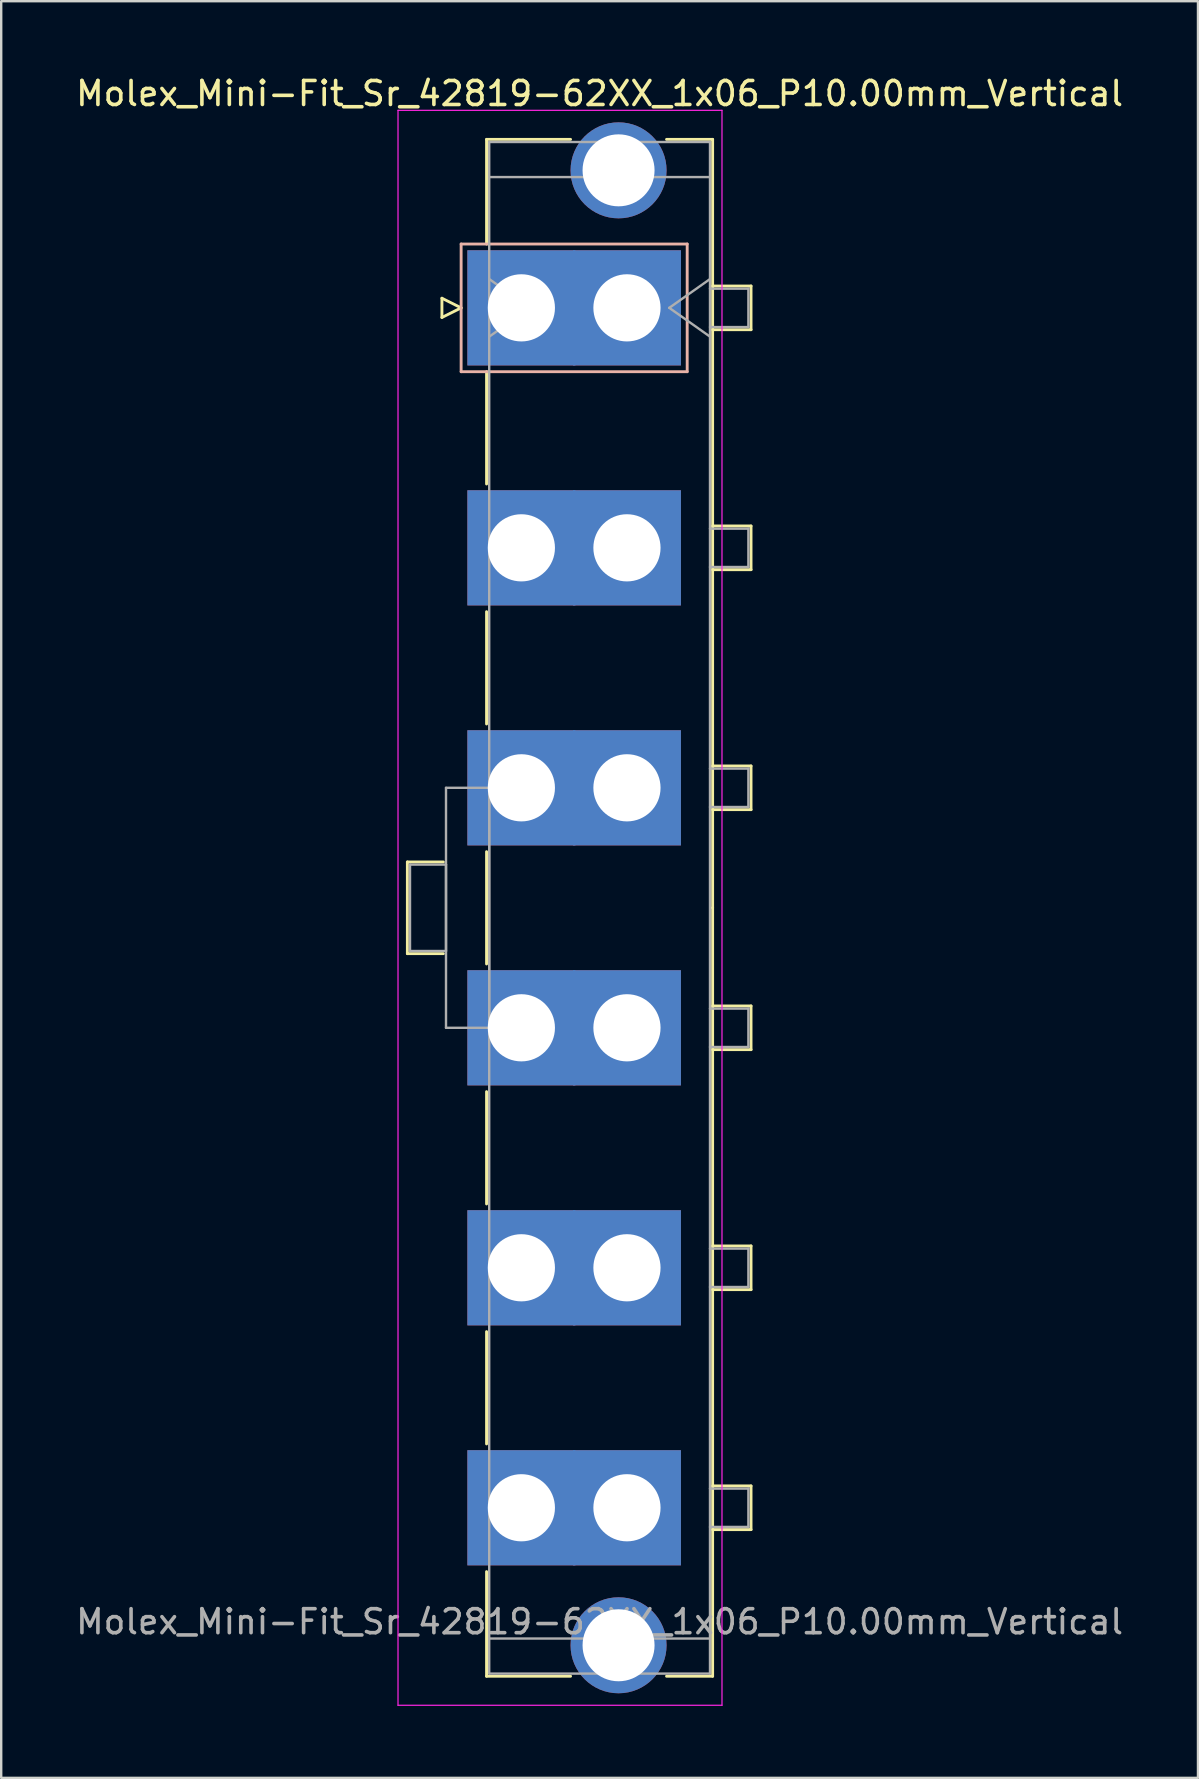
<source format=kicad_pcb>
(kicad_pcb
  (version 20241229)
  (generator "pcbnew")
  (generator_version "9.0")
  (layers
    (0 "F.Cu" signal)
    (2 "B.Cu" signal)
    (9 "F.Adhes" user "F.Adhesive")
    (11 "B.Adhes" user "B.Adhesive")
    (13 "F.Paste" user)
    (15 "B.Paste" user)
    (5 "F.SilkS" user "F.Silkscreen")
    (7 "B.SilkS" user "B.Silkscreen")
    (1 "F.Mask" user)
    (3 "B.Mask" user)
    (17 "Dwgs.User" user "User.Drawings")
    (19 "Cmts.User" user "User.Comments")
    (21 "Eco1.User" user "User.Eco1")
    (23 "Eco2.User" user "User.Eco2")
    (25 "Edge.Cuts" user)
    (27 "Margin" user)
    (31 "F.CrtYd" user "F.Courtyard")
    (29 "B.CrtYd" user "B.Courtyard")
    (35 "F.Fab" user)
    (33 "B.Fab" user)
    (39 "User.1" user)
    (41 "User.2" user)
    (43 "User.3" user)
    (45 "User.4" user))
  (footprint "Molex_Mini-Fit_Sr_42819-62XX_1x06_P10.00mm_Vertical"
    (layer "F.Cu")
    (at 18.675 9.778)
    (property "Reference" "Molex_Mini-Fit_Sr_42819-62XX_1x06_P10.00mm_Vertical" (at 3.26 -8.93 0) (layer "F.SilkS") (effects (font (size 1 1) (thickness 0.15))))
    (attr through_hole)
    (fp_line (start -4.75 23.09) (end -4.75 26.91) (stroke (width 0.12) (type solid)) (layer "F.SilkS"))
    (fp_line (start -4.75 26.91) (end -3.25 26.91) (stroke (width 0.12) (type solid)) (layer "F.SilkS"))
    (fp_line (start -3.31 -0.4) (end -3.31 0.4) (stroke (width 0.12) (type solid)) (layer "F.SilkS"))
    (fp_line (start -3.31 0.4) (end -2.51 0) (stroke (width 0.12) (type solid)) (layer "F.SilkS"))
    (fp_line (start -3.25 23.09) (end -4.75 23.09) (stroke (width 0.12) (type solid)) (layer "F.SilkS"))
    (fp_line (start -2.51 0) (end -3.31 -0.4) (stroke (width 0.12) (type solid)) (layer "F.SilkS"))
    (fp_line (start -1.45 -7.02) (end 2.05 -7.02) (stroke (width 0.12) (type solid)) (layer "F.SilkS"))
    (fp_line (start -1.45 -2.66) (end -1.45 -7.02) (stroke (width 0.12) (type solid)) (layer "F.SilkS"))
    (fp_line (start -1.45 2.66) (end -1.45 7.34) (stroke (width 0.12) (type solid)) (layer "F.SilkS"))
    (fp_line (start -1.45 12.66) (end -1.45 17.34) (stroke (width 0.12) (type solid)) (layer "F.SilkS"))
    (fp_line (start -1.45 22.66) (end -1.45 27.34) (stroke (width 0.12) (type solid)) (layer "F.SilkS"))
    (fp_line (start -1.45 32.66) (end -1.45 37.34) (stroke (width 0.12) (type solid)) (layer "F.SilkS"))
    (fp_line (start -1.45 42.66) (end -1.45 47.34) (stroke (width 0.12) (type solid)) (layer "F.SilkS"))
    (fp_line (start -1.45 52.66) (end -1.45 57.02) (stroke (width 0.12) (type solid)) (layer "F.SilkS"))
    (fp_line (start -1.45 57.02) (end 2.05 57.02) (stroke (width 0.12) (type solid)) (layer "F.SilkS"))
    (fp_line (start 6.05 -7.02) (end 7.97 -7.02) (stroke (width 0.12) (type solid)) (layer "F.SilkS"))
    (fp_line (start 6.05 57.02) (end 7.97 57.02) (stroke (width 0.12) (type solid)) (layer "F.SilkS"))
    (fp_line (start 7.97 -7.02) (end 7.97 25) (stroke (width 0.12) (type solid)) (layer "F.SilkS"))
    (fp_line (start 7.97 -0.91) (end 9.57 -0.91) (stroke (width 0.12) (type solid)) (layer "F.SilkS"))
    (fp_line (start 7.97 9.09) (end 9.57 9.09) (stroke (width 0.12) (type solid)) (layer "F.SilkS"))
    (fp_line (start 7.97 19.09) (end 9.57 19.09) (stroke (width 0.12) (type solid)) (layer "F.SilkS"))
    (fp_line (start 7.97 29.09) (end 9.57 29.09) (stroke (width 0.12) (type solid)) (layer "F.SilkS"))
    (fp_line (start 7.97 39.09) (end 9.57 39.09) (stroke (width 0.12) (type solid)) (layer "F.SilkS"))
    (fp_line (start 7.97 49.09) (end 9.57 49.09) (stroke (width 0.12) (type solid)) (layer "F.SilkS"))
    (fp_line (start 7.97 57.02) (end 7.97 25) (stroke (width 0.12) (type solid)) (layer "F.SilkS"))
    (fp_line (start 9.57 -0.91) (end 9.57 0.91) (stroke (width 0.12) (type solid)) (layer "F.SilkS"))
    (fp_line (start 9.57 0.91) (end 7.97 0.91) (stroke (width 0.12) (type solid)) (layer "F.SilkS"))
    (fp_line (start 9.57 9.09) (end 9.57 10.91) (stroke (width 0.12) (type solid)) (layer "F.SilkS"))
    (fp_line (start 9.57 10.91) (end 7.97 10.91) (stroke (width 0.12) (type solid)) (layer "F.SilkS"))
    (fp_line (start 9.57 19.09) (end 9.57 20.91) (stroke (width 0.12) (type solid)) (layer "F.SilkS"))
    (fp_line (start 9.57 20.91) (end 7.97 20.91) (stroke (width 0.12) (type solid)) (layer "F.SilkS"))
    (fp_line (start 9.57 29.09) (end 9.57 30.91) (stroke (width 0.12) (type solid)) (layer "F.SilkS"))
    (fp_line (start 9.57 30.91) (end 7.97 30.91) (stroke (width 0.12) (type solid)) (layer "F.SilkS"))
    (fp_line (start 9.57 39.09) (end 9.57 40.91) (stroke (width 0.12) (type solid)) (layer "F.SilkS"))
    (fp_line (start 9.57 40.91) (end 7.97 40.91) (stroke (width 0.12) (type solid)) (layer "F.SilkS"))
    (fp_line (start 9.57 49.09) (end 9.57 50.91) (stroke (width 0.12) (type solid)) (layer "F.SilkS"))
    (fp_line (start 9.57 50.91) (end 7.97 50.91) (stroke (width 0.12) (type solid)) (layer "F.SilkS"))
    (fp_line (start -2.51 -2.66) (end -2.51 2.66) (stroke (width 0.12) (type solid)) (layer "B.SilkS"))
    (fp_line (start -2.51 2.66) (end 6.91 2.66) (stroke (width 0.12) (type solid)) (layer "B.SilkS"))
    (fp_line (start 6.91 -2.66) (end -2.51 -2.66) (stroke (width 0.12) (type solid)) (layer "B.SilkS"))
    (fp_line (start 6.91 2.66) (end 6.91 -2.66) (stroke (width 0.12) (type solid)) (layer "B.SilkS"))
    (fp_line (start -5.14 -8.23) (end -5.14 58.23) (stroke (width 0.05) (type solid)) (layer "F.CrtYd"))
    (fp_line (start -5.14 58.23) (end 8.36 58.23) (stroke (width 0.05) (type solid)) (layer "F.CrtYd"))
    (fp_line (start 8.36 -8.23) (end -5.14 -8.23) (stroke (width 0.05) (type solid)) (layer "F.CrtYd"))
    (fp_line (start 8.36 58.23) (end 8.36 -8.23) (stroke (width 0.05) (type solid)) (layer "F.CrtYd"))
    (fp_line (start -4.64 23.2) (end -3.14 23.2) (stroke (width 0.1) (type solid)) (layer "F.Fab"))
    (fp_line (start -4.64 26.8) (end -4.64 23.2) (stroke (width 0.1) (type solid)) (layer "F.Fab"))
    (fp_line (start -3.14 20) (end -1.34 20) (stroke (width 0.1) (type solid)) (layer "F.Fab"))
    (fp_line (start -3.14 23.2) (end -3.14 26.8) (stroke (width 0.1) (type solid)) (layer "F.Fab"))
    (fp_line (start -3.14 26.8) (end -4.64 26.8) (stroke (width 0.1) (type solid)) (layer "F.Fab"))
    (fp_line (start -3.14 30) (end -3.14 20) (stroke (width 0.1) (type solid)) (layer "F.Fab"))
    (fp_line (start -1.34 -6.91) (end -1.34 56.91) (stroke (width 0.1) (type solid)) (layer "F.Fab"))
    (fp_line (start -1.34 -5.45) (end 7.86 -5.45) (stroke (width 0.1) (type solid)) (layer "F.Fab"))
    (fp_line (start -1.34 -1.2) (end 0.357 0) (stroke (width 0.1) (type solid)) (layer "F.Fab"))
    (fp_line (start -1.34 20) (end -1.34 30) (stroke (width 0.1) (type solid)) (layer "F.Fab"))
    (fp_line (start -1.34 30) (end -3.14 30) (stroke (width 0.1) (type solid)) (layer "F.Fab"))
    (fp_line (start -1.34 55.45) (end 7.86 55.45) (stroke (width 0.1) (type solid)) (layer "F.Fab"))
    (fp_line (start -1.34 56.91) (end 7.86 56.91) (stroke (width 0.1) (type solid)) (layer "F.Fab"))
    (fp_line (start 0.357 0) (end -1.34 1.2) (stroke (width 0.1) (type solid)) (layer "F.Fab"))
    (fp_line (start 6.163 0) (end 7.86 1.2) (stroke (width 0.1) (type solid)) (layer "F.Fab"))
    (fp_line (start 7.86 -6.91) (end -1.34 -6.91) (stroke (width 0.1) (type solid)) (layer "F.Fab"))
    (fp_line (start 7.86 -1.2) (end 6.163 0) (stroke (width 0.1) (type solid)) (layer "F.Fab"))
    (fp_line (start 7.86 -0.8) (end 9.46 -0.8) (stroke (width 0.1) (type solid)) (layer "F.Fab"))
    (fp_line (start 7.86 9.2) (end 9.46 9.2) (stroke (width 0.1) (type solid)) (layer "F.Fab"))
    (fp_line (start 7.86 19.2) (end 9.46 19.2) (stroke (width 0.1) (type solid)) (layer "F.Fab"))
    (fp_line (start 7.86 29.2) (end 9.46 29.2) (stroke (width 0.1) (type solid)) (layer "F.Fab"))
    (fp_line (start 7.86 39.2) (end 9.46 39.2) (stroke (width 0.1) (type solid)) (layer "F.Fab"))
    (fp_line (start 7.86 49.2) (end 9.46 49.2) (stroke (width 0.1) (type solid)) (layer "F.Fab"))
    (fp_line (start 7.86 56.91) (end 7.86 -6.91) (stroke (width 0.1) (type solid)) (layer "F.Fab"))
    (fp_line (start 9.46 -0.8) (end 9.46 0.8) (stroke (width 0.1) (type solid)) (layer "F.Fab"))
    (fp_line (start 9.46 0.8) (end 7.86 0.8) (stroke (width 0.1) (type solid)) (layer "F.Fab"))
    (fp_line (start 9.46 9.2) (end 9.46 10.8) (stroke (width 0.1) (type solid)) (layer "F.Fab"))
    (fp_line (start 9.46 10.8) (end 7.86 10.8) (stroke (width 0.1) (type solid)) (layer "F.Fab"))
    (fp_line (start 9.46 19.2) (end 9.46 20.8) (stroke (width 0.1) (type solid)) (layer "F.Fab"))
    (fp_line (start 9.46 20.8) (end 7.86 20.8) (stroke (width 0.1) (type solid)) (layer "F.Fab"))
    (fp_line (start 9.46 29.2) (end 9.46 30.8) (stroke (width 0.1) (type solid)) (layer "F.Fab"))
    (fp_line (start 9.46 30.8) (end 7.86 30.8) (stroke (width 0.1) (type solid)) (layer "F.Fab"))
    (fp_line (start 9.46 39.2) (end 9.46 40.8) (stroke (width 0.1) (type solid)) (layer "F.Fab"))
    (fp_line (start 9.46 40.8) (end 7.86 40.8) (stroke (width 0.1) (type solid)) (layer "F.Fab"))
    (fp_line (start 9.46 49.2) (end 9.46 50.8) (stroke (width 0.1) (type solid)) (layer "F.Fab"))
    (fp_line (start 9.46 50.8) (end 7.86 50.8) (stroke (width 0.1) (type solid)) (layer "F.Fab"))
    (fp_text user "${REFERENCE}" (at 3.26 54.75 0) (layer "F.Fab") (effects (font (size 1 1) (thickness 0.15))))
    (pad "" thru_hole circle (at 4.05 -5.73) (size 4 4) (drill 3) (layers "*.Cu" "*.Mask"))
    (pad "" thru_hole circle (at 4.05 55.73) (size 4 4) (drill 3) (layers "*.Cu" "*.Mask"))
    (pad "1" thru_hole rect (at 0 0) (size 4.5 4.8) (drill 2.8) (layers "*.Cu" "*.Mask"))
    (pad "1" thru_hole rect (at 4.4 0) (size 4.5 4.8) (drill 2.8) (layers "*.Cu" "*.Mask"))
    (pad "2" thru_hole rect (at 0 10) (size 4.5 4.8) (drill 2.8) (layers "*.Cu" "*.Mask"))
    (pad "2" thru_hole rect (at 4.4 10) (size 4.5 4.8) (drill 2.8) (layers "*.Cu" "*.Mask"))
    (pad "3" thru_hole rect (at 0 20) (size 4.5 4.8) (drill 2.8) (layers "*.Cu" "*.Mask"))
    (pad "3" thru_hole rect (at 4.4 20) (size 4.5 4.8) (drill 2.8) (layers "*.Cu" "*.Mask"))
    (pad "4" thru_hole rect (at 0 30) (size 4.5 4.8) (drill 2.8) (layers "*.Cu" "*.Mask"))
    (pad "4" thru_hole rect (at 4.4 30) (size 4.5 4.8) (drill 2.8) (layers "*.Cu" "*.Mask"))
    (pad "5" thru_hole rect (at 0 40) (size 4.5 4.8) (drill 2.8) (layers "*.Cu" "*.Mask"))
    (pad "5" thru_hole rect (at 4.4 40) (size 4.5 4.8) (drill 2.8) (layers "*.Cu" "*.Mask"))
    (pad "6" thru_hole rect (at 0 50) (size 4.5 4.8) (drill 2.8) (layers "*.Cu" "*.Mask"))
    (pad "6" thru_hole rect (at 4.4 50) (size 4.5 4.8) (drill 2.8) (layers "*.Cu" "*.Mask")))
  (gr_rect
    (start -3 -3)
    (end 46.869 71.033)
    (stroke (width 0.1) (type default))
    (fill no)
    (layer "Edge.Cuts")))
</source>
